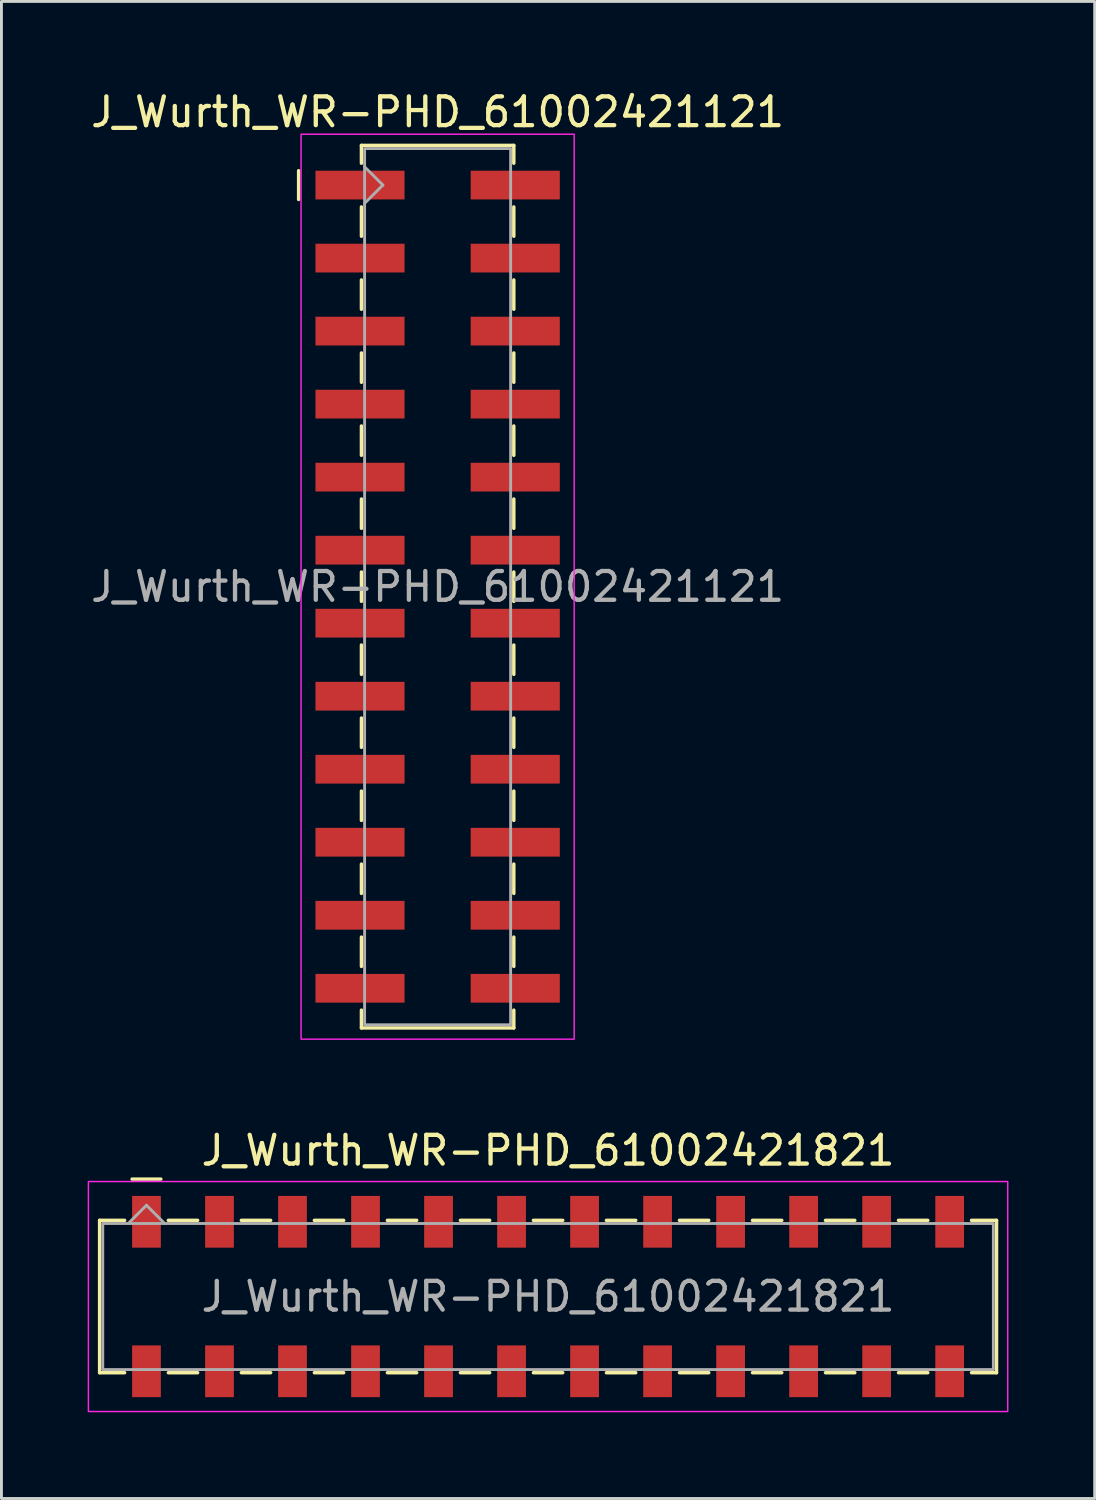
<source format=kicad_pcb>
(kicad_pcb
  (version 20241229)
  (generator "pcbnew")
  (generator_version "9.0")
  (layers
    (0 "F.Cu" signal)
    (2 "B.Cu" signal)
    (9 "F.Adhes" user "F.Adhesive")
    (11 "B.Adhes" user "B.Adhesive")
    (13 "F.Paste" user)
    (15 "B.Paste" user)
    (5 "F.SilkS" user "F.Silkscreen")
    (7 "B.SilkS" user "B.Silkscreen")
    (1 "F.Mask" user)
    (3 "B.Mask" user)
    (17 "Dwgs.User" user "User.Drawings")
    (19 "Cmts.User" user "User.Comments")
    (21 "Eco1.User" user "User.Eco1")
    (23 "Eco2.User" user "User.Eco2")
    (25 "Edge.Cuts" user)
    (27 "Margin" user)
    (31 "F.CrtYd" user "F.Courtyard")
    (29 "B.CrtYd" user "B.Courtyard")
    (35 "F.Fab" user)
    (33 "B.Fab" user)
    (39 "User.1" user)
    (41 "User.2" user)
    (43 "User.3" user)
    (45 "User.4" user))
  (footprint "J_Wurth_WR-PHD_61002421121"
    (layer "F.Cu")
    (at 12.173 17.358)
    (property "Reference" "J_Wurth_WR-PHD_61002421121" (at 0 -16.51 0) (unlocked yes) (layer "F.SilkS") (effects (font (size 1 1) (thickness 0.15))))
    (attr smd)
    (fp_line (start -4.835 -14.47) (end -4.835 -13.47) (stroke (width 0.12) (type solid)) (layer "F.SilkS"))
    (fp_line (start -2.65 -14.73) (end -2.65 -15.35) (stroke (width 0.12) (type solid)) (layer "F.SilkS"))
    (fp_line (start -2.65 -13.21) (end -2.65 -12.19) (stroke (width 0.12) (type solid)) (layer "F.SilkS"))
    (fp_line (start -2.65 -10.67) (end -2.65 -9.65) (stroke (width 0.12) (type solid)) (layer "F.SilkS"))
    (fp_line (start -2.65 -8.13) (end -2.65 -7.11) (stroke (width 0.12) (type solid)) (layer "F.SilkS"))
    (fp_line (start -2.65 -5.59) (end -2.65 -4.57) (stroke (width 0.12) (type solid)) (layer "F.SilkS"))
    (fp_line (start -2.65 -3.05) (end -2.65 -2.03) (stroke (width 0.12) (type solid)) (layer "F.SilkS"))
    (fp_line (start -2.65 -0.51) (end -2.65 0.51) (stroke (width 0.12) (type solid)) (layer "F.SilkS"))
    (fp_line (start -2.65 2.03) (end -2.65 3.05) (stroke (width 0.12) (type solid)) (layer "F.SilkS"))
    (fp_line (start -2.65 4.57) (end -2.65 5.59) (stroke (width 0.12) (type solid)) (layer "F.SilkS"))
    (fp_line (start -2.65 7.11) (end -2.65 8.13) (stroke (width 0.12) (type solid)) (layer "F.SilkS"))
    (fp_line (start -2.65 9.65) (end -2.65 10.67) (stroke (width 0.12) (type solid)) (layer "F.SilkS"))
    (fp_line (start -2.65 12.19) (end -2.65 13.21) (stroke (width 0.12) (type solid)) (layer "F.SilkS"))
    (fp_line (start -2.65 14.73) (end -2.65 15.35) (stroke (width 0.12) (type solid)) (layer "F.SilkS"))
    (fp_line (start 2.65 -15.35) (end -2.65 -15.35) (stroke (width 0.12) (type solid)) (layer "F.SilkS"))
    (fp_line (start 2.65 -15.35) (end 2.65 -14.73) (stroke (width 0.12) (type solid)) (layer "F.SilkS"))
    (fp_line (start 2.65 -13.21) (end 2.65 -12.19) (stroke (width 0.12) (type solid)) (layer "F.SilkS"))
    (fp_line (start 2.65 -10.67) (end 2.65 -9.65) (stroke (width 0.12) (type solid)) (layer "F.SilkS"))
    (fp_line (start 2.65 -8.13) (end 2.65 -7.11) (stroke (width 0.12) (type solid)) (layer "F.SilkS"))
    (fp_line (start 2.65 -5.59) (end 2.65 -4.57) (stroke (width 0.12) (type solid)) (layer "F.SilkS"))
    (fp_line (start 2.65 -3.05) (end 2.65 -2.03) (stroke (width 0.12) (type solid)) (layer "F.SilkS"))
    (fp_line (start 2.65 -0.51) (end 2.65 0.51) (stroke (width 0.12) (type solid)) (layer "F.SilkS"))
    (fp_line (start 2.65 2.03) (end 2.65 3.05) (stroke (width 0.12) (type solid)) (layer "F.SilkS"))
    (fp_line (start 2.65 4.57) (end 2.65 5.59) (stroke (width 0.12) (type solid)) (layer "F.SilkS"))
    (fp_line (start 2.65 7.11) (end 2.65 8.13) (stroke (width 0.12) (type solid)) (layer "F.SilkS"))
    (fp_line (start 2.65 9.65) (end 2.65 10.67) (stroke (width 0.12) (type solid)) (layer "F.SilkS"))
    (fp_line (start 2.65 12.19) (end 2.65 13.21) (stroke (width 0.12) (type solid)) (layer "F.SilkS"))
    (fp_line (start 2.65 14.73) (end 2.65 15.35) (stroke (width 0.12) (type solid)) (layer "F.SilkS"))
    (fp_line (start 2.65 15.35) (end -2.65 15.35) (stroke (width 0.12) (type solid)) (layer "F.SilkS"))
    (fp_rect (start -4.75 -15.74) (end 4.75 15.74) (stroke (width 0.05) (type solid)) (fill no) (layer "F.CrtYd"))
    (fp_line (start -2.54 -14.605) (end -1.905 -13.97) (stroke (width 0.1) (type default)) (layer "F.Fab"))
    (fp_line (start -1.905 -13.97) (end -2.54 -13.335) (stroke (width 0.1) (type default)) (layer "F.Fab"))
    (fp_rect (start -2.54 -15.24) (end 2.54 15.24) (stroke (width 0.1) (type solid)) (fill no) (layer "F.Fab"))
    (fp_text user "${REFERENCE}" (at 0 0 0) (unlocked yes) (layer "F.Fab") (effects (font (size 1 1) (thickness 0.15))))
    (pad "1" smd rect (at -2.7 -13.97 270) (size 1 3.1) (layers "F.Cu" "F.Mask" "F.Paste"))
    (pad "2" smd rect (at 2.7 -13.97 270) (size 1 3.1) (layers "F.Cu" "F.Mask" "F.Paste"))
    (pad "3" smd rect (at -2.7 -11.43 270) (size 1 3.1) (layers "F.Cu" "F.Mask" "F.Paste"))
    (pad "4" smd rect (at 2.7 -11.43 270) (size 1 3.1) (layers "F.Cu" "F.Mask" "F.Paste"))
    (pad "5" smd rect (at -2.7 -8.89 270) (size 1 3.1) (layers "F.Cu" "F.Mask" "F.Paste"))
    (pad "6" smd rect (at 2.7 -8.89 270) (size 1 3.1) (layers "F.Cu" "F.Mask" "F.Paste"))
    (pad "7" smd rect (at -2.7 -6.35 270) (size 1 3.1) (layers "F.Cu" "F.Mask" "F.Paste"))
    (pad "8" smd rect (at 2.7 -6.35 270) (size 1 3.1) (layers "F.Cu" "F.Mask" "F.Paste"))
    (pad "9" smd rect (at -2.7 -3.81 270) (size 1 3.1) (layers "F.Cu" "F.Mask" "F.Paste"))
    (pad "10" smd rect (at 2.7 -3.81 270) (size 1 3.1) (layers "F.Cu" "F.Mask" "F.Paste"))
    (pad "11" smd rect (at -2.7 -1.27 270) (size 1 3.1) (layers "F.Cu" "F.Mask" "F.Paste"))
    (pad "12" smd rect (at 2.7 -1.27 270) (size 1 3.1) (layers "F.Cu" "F.Mask" "F.Paste"))
    (pad "13" smd rect (at -2.7 1.27 270) (size 1 3.1) (layers "F.Cu" "F.Mask" "F.Paste"))
    (pad "14" smd rect (at 2.7 1.27 270) (size 1 3.1) (layers "F.Cu" "F.Mask" "F.Paste"))
    (pad "15" smd rect (at -2.7 3.81 270) (size 1 3.1) (layers "F.Cu" "F.Mask" "F.Paste"))
    (pad "16" smd rect (at 2.7 3.81 270) (size 1 3.1) (layers "F.Cu" "F.Mask" "F.Paste"))
    (pad "17" smd rect (at -2.7 6.35 270) (size 1 3.1) (layers "F.Cu" "F.Mask" "F.Paste"))
    (pad "18" smd rect (at 2.7 6.35 270) (size 1 3.1) (layers "F.Cu" "F.Mask" "F.Paste"))
    (pad "19" smd rect (at -2.7 8.89 270) (size 1 3.1) (layers "F.Cu" "F.Mask" "F.Paste"))
    (pad "20" smd rect (at 2.7 8.89 270) (size 1 3.1) (layers "F.Cu" "F.Mask" "F.Paste"))
    (pad "21" smd rect (at -2.7 11.43 270) (size 1 3.1) (layers "F.Cu" "F.Mask" "F.Paste"))
    (pad "22" smd rect (at 2.7 11.43 270) (size 1 3.1) (layers "F.Cu" "F.Mask" "F.Paste"))
    (pad "23" smd rect (at -2.7 13.97 270) (size 1 3.1) (layers "F.Cu" "F.Mask" "F.Paste"))
    (pad "24" smd rect (at 2.7 13.97 270) (size 1 3.1) (layers "F.Cu" "F.Mask" "F.Paste")))
  (footprint "J_Wurth_WR-PHD_61002421821"
    (layer "F.Cu")
    (at 16.015 42.051)
    (property "Reference" "J_Wurth_WR-PHD_61002421821" (at 0 -5.08 0) (unlocked yes) (layer "F.SilkS") (effects (font (size 1 1) (thickness 0.15))))
    (attr smd)
    (fp_line (start -15.6 -2.65) (end -15.6 2.65) (stroke (width 0.12) (type solid)) (layer "F.SilkS"))
    (fp_line (start -15.6 -2.65) (end -14.73 -2.65) (stroke (width 0.12) (type solid)) (layer "F.SilkS"))
    (fp_line (start -15.6 2.65) (end -14.73 2.65) (stroke (width 0.12) (type solid)) (layer "F.SilkS"))
    (fp_line (start -14.47 -4.085) (end -13.47 -4.085) (stroke (width 0.12) (type solid)) (layer "F.SilkS"))
    (fp_line (start -13.21 -2.65) (end -12.19 -2.65) (stroke (width 0.12) (type solid)) (layer "F.SilkS"))
    (fp_line (start -13.21 2.65) (end -12.19 2.65) (stroke (width 0.12) (type solid)) (layer "F.SilkS"))
    (fp_line (start -10.67 -2.65) (end -9.65 -2.65) (stroke (width 0.12) (type solid)) (layer "F.SilkS"))
    (fp_line (start -10.67 2.65) (end -9.65 2.65) (stroke (width 0.12) (type solid)) (layer "F.SilkS"))
    (fp_line (start -8.13 -2.65) (end -7.11 -2.65) (stroke (width 0.12) (type solid)) (layer "F.SilkS"))
    (fp_line (start -8.13 2.65) (end -7.11 2.65) (stroke (width 0.12) (type solid)) (layer "F.SilkS"))
    (fp_line (start -5.59 -2.65) (end -4.57 -2.65) (stroke (width 0.12) (type solid)) (layer "F.SilkS"))
    (fp_line (start -5.59 2.65) (end -4.57 2.65) (stroke (width 0.12) (type solid)) (layer "F.SilkS"))
    (fp_line (start -3.05 -2.65) (end -2.03 -2.65) (stroke (width 0.12) (type solid)) (layer "F.SilkS"))
    (fp_line (start -3.05 2.65) (end -2.03 2.65) (stroke (width 0.12) (type solid)) (layer "F.SilkS"))
    (fp_line (start -0.51 -2.65) (end 0.51 -2.65) (stroke (width 0.12) (type solid)) (layer "F.SilkS"))
    (fp_line (start -0.51 2.65) (end 0.51 2.65) (stroke (width 0.12) (type solid)) (layer "F.SilkS"))
    (fp_line (start 2.03 -2.65) (end 3.05 -2.65) (stroke (width 0.12) (type solid)) (layer "F.SilkS"))
    (fp_line (start 2.03 2.65) (end 3.05 2.65) (stroke (width 0.12) (type solid)) (layer "F.SilkS"))
    (fp_line (start 4.57 -2.65) (end 5.59 -2.65) (stroke (width 0.12) (type solid)) (layer "F.SilkS"))
    (fp_line (start 4.57 2.65) (end 5.59 2.65) (stroke (width 0.12) (type solid)) (layer "F.SilkS"))
    (fp_line (start 7.11 -2.65) (end 8.13 -2.65) (stroke (width 0.12) (type solid)) (layer "F.SilkS"))
    (fp_line (start 7.11 2.65) (end 8.13 2.65) (stroke (width 0.12) (type solid)) (layer "F.SilkS"))
    (fp_line (start 9.65 -2.65) (end 10.67 -2.65) (stroke (width 0.12) (type solid)) (layer "F.SilkS"))
    (fp_line (start 9.65 2.65) (end 10.67 2.65) (stroke (width 0.12) (type solid)) (layer "F.SilkS"))
    (fp_line (start 12.19 -2.65) (end 13.21 -2.65) (stroke (width 0.12) (type solid)) (layer "F.SilkS"))
    (fp_line (start 12.19 2.65) (end 13.21 2.65) (stroke (width 0.12) (type solid)) (layer "F.SilkS"))
    (fp_line (start 14.73 -2.65) (end 15.6 -2.65) (stroke (width 0.12) (type solid)) (layer "F.SilkS"))
    (fp_line (start 14.73 2.65) (end 15.6 2.65) (stroke (width 0.12) (type solid)) (layer "F.SilkS"))
    (fp_line (start 15.6 -2.65) (end 15.6 2.65) (stroke (width 0.12) (type solid)) (layer "F.SilkS"))
    (fp_rect (start -15.99 -4) (end 15.99 4) (stroke (width 0.05) (type solid)) (fill no) (layer "F.CrtYd"))
    (fp_line (start -14.605 -2.54) (end -13.97 -3.175) (stroke (width 0.1) (type default)) (layer "F.Fab"))
    (fp_line (start -13.97 -3.175) (end -13.335 -2.54) (stroke (width 0.1) (type default)) (layer "F.Fab"))
    (fp_rect (start -15.49 -2.54) (end 15.49 2.54) (stroke (width 0.1) (type solid)) (fill no) (layer "F.Fab"))
    (fp_text user "${REFERENCE}" (at 0 0 0) (unlocked yes) (layer "F.Fab") (effects (font (size 1 1) (thickness 0.15))))
    (pad "1" smd rect (at -13.97 -2.6) (size 1 1.8) (layers "F.Cu" "F.Mask" "F.Paste"))
    (pad "2" smd rect (at -13.97 2.6) (size 1 1.8) (layers "F.Cu" "F.Mask" "F.Paste"))
    (pad "3" smd rect (at -11.43 -2.6) (size 1 1.8) (layers "F.Cu" "F.Mask" "F.Paste"))
    (pad "4" smd rect (at -11.43 2.6) (size 1 1.8) (layers "F.Cu" "F.Mask" "F.Paste"))
    (pad "5" smd rect (at -8.89 -2.6) (size 1 1.8) (layers "F.Cu" "F.Mask" "F.Paste"))
    (pad "6" smd rect (at -8.89 2.6) (size 1 1.8) (layers "F.Cu" "F.Mask" "F.Paste"))
    (pad "7" smd rect (at -6.35 -2.6) (size 1 1.8) (layers "F.Cu" "F.Mask" "F.Paste"))
    (pad "8" smd rect (at -6.35 2.6) (size 1 1.8) (layers "F.Cu" "F.Mask" "F.Paste"))
    (pad "9" smd rect (at -3.81 -2.6) (size 1 1.8) (layers "F.Cu" "F.Mask" "F.Paste"))
    (pad "10" smd rect (at -3.81 2.6) (size 1 1.8) (layers "F.Cu" "F.Mask" "F.Paste"))
    (pad "11" smd rect (at -1.27 -2.6) (size 1 1.8) (layers "F.Cu" "F.Mask" "F.Paste"))
    (pad "12" smd rect (at -1.27 2.6) (size 1 1.8) (layers "F.Cu" "F.Mask" "F.Paste"))
    (pad "13" smd rect (at 1.27 -2.6) (size 1 1.8) (layers "F.Cu" "F.Mask" "F.Paste"))
    (pad "14" smd rect (at 1.27 2.6) (size 1 1.8) (layers "F.Cu" "F.Mask" "F.Paste"))
    (pad "15" smd rect (at 3.81 -2.6) (size 1 1.8) (layers "F.Cu" "F.Mask" "F.Paste"))
    (pad "16" smd rect (at 3.81 2.6) (size 1 1.8) (layers "F.Cu" "F.Mask" "F.Paste"))
    (pad "17" smd rect (at 6.35 -2.6) (size 1 1.8) (layers "F.Cu" "F.Mask" "F.Paste"))
    (pad "18" smd rect (at 6.35 2.6) (size 1 1.8) (layers "F.Cu" "F.Mask" "F.Paste"))
    (pad "19" smd rect (at 8.89 -2.6) (size 1 1.8) (layers "F.Cu" "F.Mask" "F.Paste"))
    (pad "20" smd rect (at 8.89 2.6) (size 1 1.8) (layers "F.Cu" "F.Mask" "F.Paste"))
    (pad "21" smd rect (at 11.43 -2.6) (size 1 1.8) (layers "F.Cu" "F.Mask" "F.Paste"))
    (pad "22" smd rect (at 11.43 2.6) (size 1 1.8) (layers "F.Cu" "F.Mask" "F.Paste"))
    (pad "23" smd rect (at 13.97 -2.6) (size 1 1.8) (layers "F.Cu" "F.Mask" "F.Paste"))
    (pad "24" smd rect (at 13.97 2.6) (size 1 1.8) (layers "F.Cu" "F.Mask" "F.Paste")))
  (gr_rect
    (start -3 -3)
    (end 35.03 49.077)
    (stroke (width 0.1) (type default))
    (fill no)
    (layer "Edge.Cuts")))
</source>
